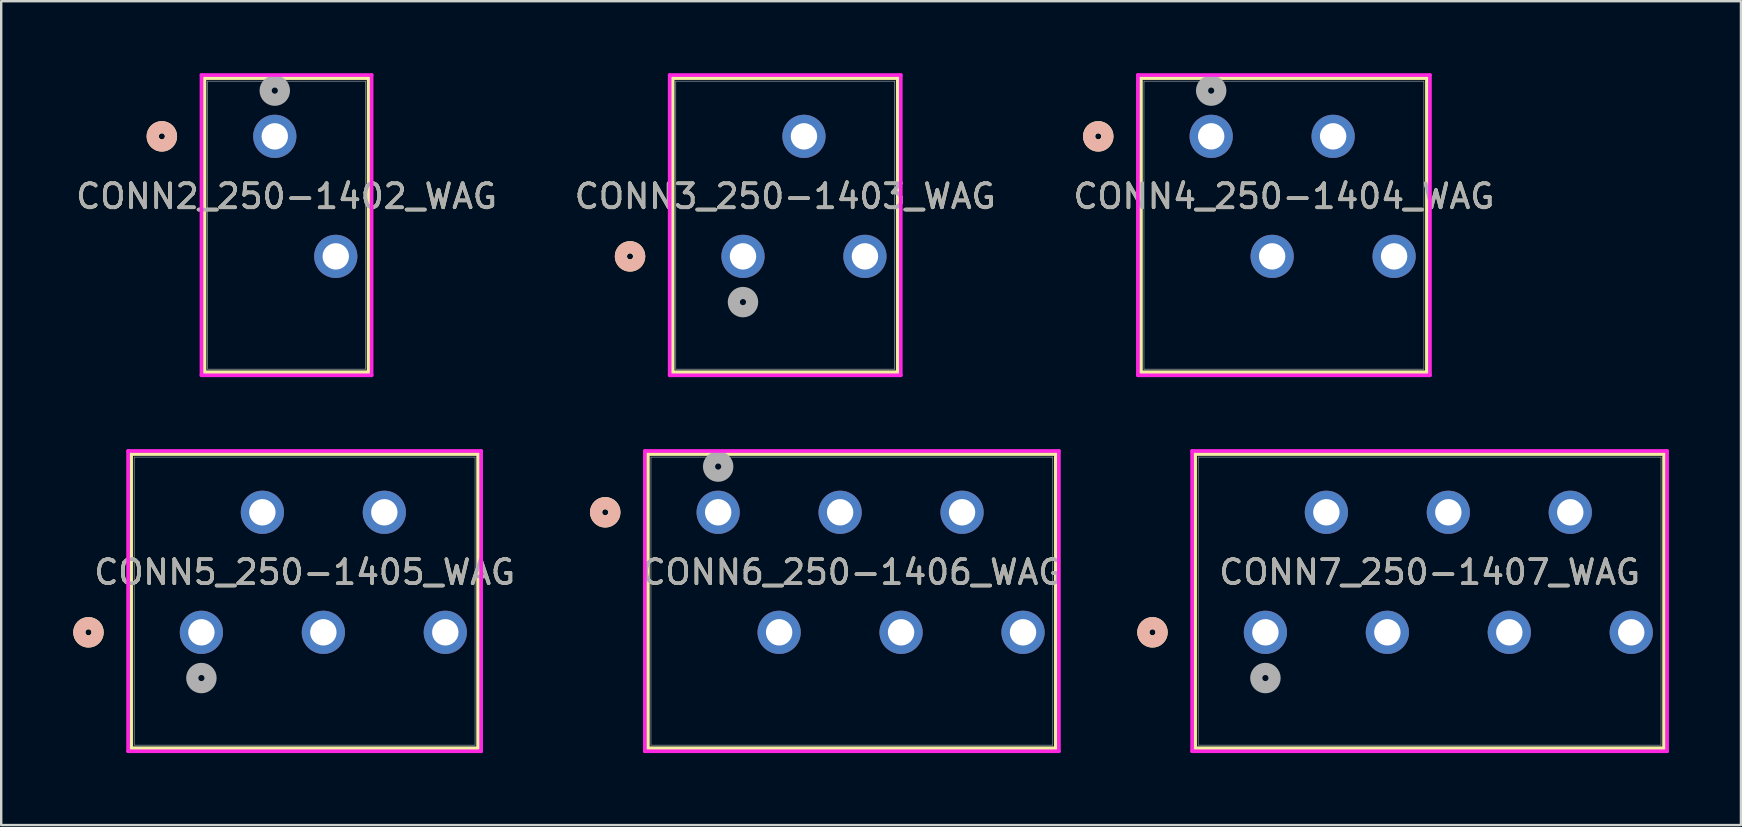
<source format=kicad_pcb>
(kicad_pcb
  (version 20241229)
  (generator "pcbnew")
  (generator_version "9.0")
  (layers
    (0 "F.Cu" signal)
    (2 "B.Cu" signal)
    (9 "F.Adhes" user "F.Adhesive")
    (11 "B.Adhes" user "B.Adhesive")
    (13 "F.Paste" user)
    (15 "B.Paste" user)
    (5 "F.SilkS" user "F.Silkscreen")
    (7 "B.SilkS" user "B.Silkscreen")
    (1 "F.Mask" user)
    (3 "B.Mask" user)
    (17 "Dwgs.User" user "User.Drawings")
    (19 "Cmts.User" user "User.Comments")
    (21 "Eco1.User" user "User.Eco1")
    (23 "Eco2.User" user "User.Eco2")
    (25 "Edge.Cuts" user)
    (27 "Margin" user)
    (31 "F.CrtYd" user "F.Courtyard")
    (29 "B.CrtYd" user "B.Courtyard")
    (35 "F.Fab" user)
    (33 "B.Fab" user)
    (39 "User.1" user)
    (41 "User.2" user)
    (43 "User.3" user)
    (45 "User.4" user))
  (footprint "CONN6_250-1406_WAG"
    (layer "F.Cu")
    (at 26.867 18.291)
    (property "Reference" "CONN6_250-1406_WAG" (at 5.57 2.5 0) (unlocked yes) (layer "F.SilkS") (effects (font (size 1 1) (thickness 0.15))))
    (attr through_hole)
    (fp_line (start -2.927 -2.427) (end -2.927 9.827) (stroke (width 0.152) (type solid)) (layer "F.SilkS"))
    (fp_line (start -2.927 9.827) (end 14.067 9.827) (stroke (width 0.152) (type solid)) (layer "F.SilkS"))
    (fp_line (start 14.067 -2.427) (end -2.927 -2.427) (stroke (width 0.152) (type solid)) (layer "F.SilkS"))
    (fp_line (start 14.067 9.827) (end 14.067 -2.427) (stroke (width 0.152) (type solid)) (layer "F.SilkS"))
    (fp_circle (center -4.705 0) (end -4.324 0) (stroke (width 0.508) (type solid)) (fill no) (layer "F.SilkS"))
    (fp_circle (center -4.705 0) (end -4.324 0) (stroke (width 0.508) (type solid)) (fill no) (layer "B.SilkS"))
    (fp_line (start -3.054 -2.554) (end -3.054 9.954) (stroke (width 0.152) (type solid)) (layer "F.CrtYd"))
    (fp_line (start -3.054 9.954) (end 14.194 9.954) (stroke (width 0.152) (type solid)) (layer "F.CrtYd"))
    (fp_line (start 14.194 -2.554) (end -3.054 -2.554) (stroke (width 0.152) (type solid)) (layer "F.CrtYd"))
    (fp_line (start 14.194 9.954) (end 14.194 -2.554) (stroke (width 0.152) (type solid)) (layer "F.CrtYd"))
    (fp_line (start -2.8 -2.3) (end -2.8 9.7) (stroke (width 0.025) (type solid)) (layer "F.Fab"))
    (fp_line (start -2.8 9.7) (end 13.94 9.7) (stroke (width 0.025) (type solid)) (layer "F.Fab"))
    (fp_line (start 13.94 -2.3) (end -2.8 -2.3) (stroke (width 0.025) (type solid)) (layer "F.Fab"))
    (fp_line (start 13.94 9.7) (end 13.94 -2.3) (stroke (width 0.025) (type solid)) (layer "F.Fab"))
    (fp_circle (center 0 -1.905) (end 0.381 -1.905) (stroke (width 0.508) (type solid)) (fill no) (layer "F.Fab"))
    (fp_text user "${REFERENCE}" (at 5.57 2.5 0) (unlocked yes) (layer "F.Fab") (effects (font (size 1 1) (thickness 0.15))))
    (pad "1" thru_hole circle (at 0 0) (size 1.8 1.8) (drill 1.1) (layers "*.Cu" "*.Mask"))
    (pad "2" thru_hole circle (at 2.54 5) (size 1.8 1.8) (drill 1.1) (layers "*.Cu" "*.Mask"))
    (pad "3" thru_hole circle (at 5.08 0) (size 1.8 1.8) (drill 1.1) (layers "*.Cu" "*.Mask"))
    (pad "4" thru_hole circle (at 7.62 5) (size 1.8 1.8) (drill 1.1) (layers "*.Cu" "*.Mask"))
    (pad "5" thru_hole circle (at 10.16 0) (size 1.8 1.8) (drill 1.1) (layers "*.Cu" "*.Mask"))
    (pad "6" thru_hole circle (at 12.7 5) (size 1.8 1.8) (drill 1.1) (layers "*.Cu" "*.Mask")))
  (footprint "CONN5_250-1405_WAG"
    (layer "F.Cu")
    (at 5.34 23.291)
    (property "Reference" "CONN5_250-1405_WAG" (at 4.3 -2.5 0) (unlocked yes) (layer "F.SilkS") (effects (font (size 1 1) (thickness 0.15))))
    (attr through_hole)
    (fp_line (start -2.927 -7.427) (end -2.927 4.827) (stroke (width 0.152) (type solid)) (layer "F.SilkS"))
    (fp_line (start -2.927 4.827) (end 11.527 4.827) (stroke (width 0.152) (type solid)) (layer "F.SilkS"))
    (fp_line (start 11.527 -7.427) (end -2.927 -7.427) (stroke (width 0.152) (type solid)) (layer "F.SilkS"))
    (fp_line (start 11.527 4.827) (end 11.527 -7.427) (stroke (width 0.152) (type solid)) (layer "F.SilkS"))
    (fp_circle (center -4.705 0) (end -4.324 0) (stroke (width 0.508) (type solid)) (fill no) (layer "F.SilkS"))
    (fp_circle (center -4.705 0) (end -4.324 0) (stroke (width 0.508) (type solid)) (fill no) (layer "B.SilkS"))
    (fp_line (start -3.054 -7.554) (end -3.054 4.954) (stroke (width 0.152) (type solid)) (layer "F.CrtYd"))
    (fp_line (start -3.054 4.954) (end 11.654 4.954) (stroke (width 0.152) (type solid)) (layer "F.CrtYd"))
    (fp_line (start 11.654 -7.554) (end -3.054 -7.554) (stroke (width 0.152) (type solid)) (layer "F.CrtYd"))
    (fp_line (start 11.654 4.954) (end 11.654 -7.554) (stroke (width 0.152) (type solid)) (layer "F.CrtYd"))
    (fp_line (start -2.8 -7.3) (end -2.8 4.7) (stroke (width 0.025) (type solid)) (layer "F.Fab"))
    (fp_line (start -2.8 4.7) (end 11.4 4.7) (stroke (width 0.025) (type solid)) (layer "F.Fab"))
    (fp_line (start 11.4 -7.3) (end -2.8 -7.3) (stroke (width 0.025) (type solid)) (layer "F.Fab"))
    (fp_line (start 11.4 4.7) (end 11.4 -7.3) (stroke (width 0.025) (type solid)) (layer "F.Fab"))
    (fp_circle (center 0 1.905) (end 0.381 1.905) (stroke (width 0.508) (type solid)) (fill no) (layer "F.Fab"))
    (fp_text user "${REFERENCE}" (at 4.3 -2.5 0) (unlocked yes) (layer "F.Fab") (effects (font (size 1 1) (thickness 0.15))))
    (pad "1" thru_hole circle (at 0 0) (size 1.8 1.8) (drill 1.1) (layers "*.Cu" "*.Mask"))
    (pad "2" thru_hole circle (at 2.54 -5) (size 1.8 1.8) (drill 1.1) (layers "*.Cu" "*.Mask"))
    (pad "3" thru_hole circle (at 5.08 0) (size 1.8 1.8) (drill 1.1) (layers "*.Cu" "*.Mask"))
    (pad "4" thru_hole circle (at 7.62 -5) (size 1.8 1.8) (drill 1.1) (layers "*.Cu" "*.Mask"))
    (pad "5" thru_hole circle (at 10.16 0) (size 1.8 1.8) (drill 1.1) (layers "*.Cu" "*.Mask")))
  (footprint "CONN7_250-1407_WAG"
    (layer "F.Cu")
    (at 49.664 23.291)
    (property "Reference" "CONN7_250-1407_WAG" (at 6.84 -2.5 0) (unlocked yes) (layer "F.SilkS") (effects (font (size 1 1) (thickness 0.15))))
    (attr through_hole)
    (fp_line (start -2.927 -7.427) (end -2.927 4.827) (stroke (width 0.152) (type solid)) (layer "F.SilkS"))
    (fp_line (start -2.927 4.827) (end 16.607 4.827) (stroke (width 0.152) (type solid)) (layer "F.SilkS"))
    (fp_line (start 16.607 -7.427) (end -2.927 -7.427) (stroke (width 0.152) (type solid)) (layer "F.SilkS"))
    (fp_line (start 16.607 4.827) (end 16.607 -7.427) (stroke (width 0.152) (type solid)) (layer "F.SilkS"))
    (fp_circle (center -4.705 0) (end -4.324 0) (stroke (width 0.508) (type solid)) (fill no) (layer "F.SilkS"))
    (fp_circle (center -4.705 0) (end -4.324 0) (stroke (width 0.508) (type solid)) (fill no) (layer "B.SilkS"))
    (fp_line (start -3.054 -7.554) (end -3.054 4.954) (stroke (width 0.152) (type solid)) (layer "F.CrtYd"))
    (fp_line (start -3.054 4.954) (end 16.734 4.954) (stroke (width 0.152) (type solid)) (layer "F.CrtYd"))
    (fp_line (start 16.734 -7.554) (end -3.054 -7.554) (stroke (width 0.152) (type solid)) (layer "F.CrtYd"))
    (fp_line (start 16.734 4.954) (end 16.734 -7.554) (stroke (width 0.152) (type solid)) (layer "F.CrtYd"))
    (fp_line (start -2.8 -7.3) (end -2.8 4.7) (stroke (width 0.025) (type solid)) (layer "F.Fab"))
    (fp_line (start -2.8 4.7) (end 16.48 4.7) (stroke (width 0.025) (type solid)) (layer "F.Fab"))
    (fp_line (start 16.48 -7.3) (end -2.8 -7.3) (stroke (width 0.025) (type solid)) (layer "F.Fab"))
    (fp_line (start 16.48 4.7) (end 16.48 -7.3) (stroke (width 0.025) (type solid)) (layer "F.Fab"))
    (fp_circle (center 0 1.905) (end 0.381 1.905) (stroke (width 0.508) (type solid)) (fill no) (layer "F.Fab"))
    (fp_text user "${REFERENCE}" (at 6.84 -2.5 0) (unlocked yes) (layer "F.Fab") (effects (font (size 1 1) (thickness 0.15))))
    (pad "1" thru_hole circle (at 0 0) (size 1.8 1.8) (drill 1.1) (layers "*.Cu" "*.Mask"))
    (pad "2" thru_hole circle (at 2.54 -5) (size 1.8 1.8) (drill 1.1) (layers "*.Cu" "*.Mask"))
    (pad "3" thru_hole circle (at 5.08 0) (size 1.8 1.8) (drill 1.1) (layers "*.Cu" "*.Mask"))
    (pad "4" thru_hole circle (at 7.62 -5) (size 1.8 1.8) (drill 1.1) (layers "*.Cu" "*.Mask"))
    (pad "5" thru_hole circle (at 10.16 0) (size 1.8 1.8) (drill 1.1) (layers "*.Cu" "*.Mask"))
    (pad "6" thru_hole circle (at 12.7 -5) (size 1.8 1.8) (drill 1.1) (layers "*.Cu" "*.Mask"))
    (pad "7" thru_hole circle (at 15.24 0) (size 1.8 1.8) (drill 1.1) (layers "*.Cu" "*.Mask")))
  (footprint "CONN3_250-1403_WAG"
    (layer "F.Cu")
    (at 27.901 7.63)
    (property "Reference" "CONN3_250-1403_WAG" (at 1.76 -2.5 0) (unlocked yes) (layer "F.SilkS") (effects (font (size 1 1) (thickness 0.15))))
    (attr through_hole)
    (fp_line (start -2.927 -7.427) (end -2.927 4.827) (stroke (width 0.152) (type solid)) (layer "F.SilkS"))
    (fp_line (start -2.927 4.827) (end 6.447 4.827) (stroke (width 0.152) (type solid)) (layer "F.SilkS"))
    (fp_line (start 6.447 -7.427) (end -2.927 -7.427) (stroke (width 0.152) (type solid)) (layer "F.SilkS"))
    (fp_line (start 6.447 4.827) (end 6.447 -7.427) (stroke (width 0.152) (type solid)) (layer "F.SilkS"))
    (fp_circle (center -4.705 0) (end -4.324 0) (stroke (width 0.508) (type solid)) (fill no) (layer "F.SilkS"))
    (fp_circle (center -4.705 0) (end -4.324 0) (stroke (width 0.508) (type solid)) (fill no) (layer "B.SilkS"))
    (fp_line (start -3.054 -7.554) (end -3.054 4.954) (stroke (width 0.152) (type solid)) (layer "F.CrtYd"))
    (fp_line (start -3.054 4.954) (end 6.574 4.954) (stroke (width 0.152) (type solid)) (layer "F.CrtYd"))
    (fp_line (start 6.574 -7.554) (end -3.054 -7.554) (stroke (width 0.152) (type solid)) (layer "F.CrtYd"))
    (fp_line (start 6.574 4.954) (end 6.574 -7.554) (stroke (width 0.152) (type solid)) (layer "F.CrtYd"))
    (fp_line (start -2.8 -7.3) (end -2.8 4.7) (stroke (width 0.025) (type solid)) (layer "F.Fab"))
    (fp_line (start -2.8 4.7) (end 6.32 4.7) (stroke (width 0.025) (type solid)) (layer "F.Fab"))
    (fp_line (start 6.32 -7.3) (end -2.8 -7.3) (stroke (width 0.025) (type solid)) (layer "F.Fab"))
    (fp_line (start 6.32 4.7) (end 6.32 -7.3) (stroke (width 0.025) (type solid)) (layer "F.Fab"))
    (fp_circle (center 0 1.905) (end 0.381 1.905) (stroke (width 0.508) (type solid)) (fill no) (layer "F.Fab"))
    (fp_text user "${REFERENCE}" (at 1.76 -2.5 0) (unlocked yes) (layer "F.Fab") (effects (font (size 1 1) (thickness 0.15))))
    (pad "1" thru_hole circle (at 0 0) (size 1.8 1.8) (drill 1.1) (layers "*.Cu" "*.Mask"))
    (pad "2" thru_hole circle (at 2.54 -5) (size 1.8 1.8) (drill 1.1) (layers "*.Cu" "*.Mask"))
    (pad "3" thru_hole circle (at 5.08 0) (size 1.8 1.8) (drill 1.1) (layers "*.Cu" "*.Mask")))
  (footprint "CONN2_250-1402_WAG"
    (layer "F.Cu")
    (at 8.397 2.63)
    (property "Reference" "CONN2_250-1402_WAG" (at 0.49 2.5 0) (unlocked yes) (layer "F.SilkS") (effects (font (size 1 1) (thickness 0.15))))
    (attr through_hole)
    (fp_line (start -2.927 -2.427) (end -2.927 9.827) (stroke (width 0.152) (type solid)) (layer "F.SilkS"))
    (fp_line (start -2.927 9.827) (end 3.907 9.827) (stroke (width 0.152) (type solid)) (layer "F.SilkS"))
    (fp_line (start 3.907 -2.427) (end -2.927 -2.427) (stroke (width 0.152) (type solid)) (layer "F.SilkS"))
    (fp_line (start 3.907 9.827) (end 3.907 -2.427) (stroke (width 0.152) (type solid)) (layer "F.SilkS"))
    (fp_circle (center -4.705 0) (end -4.324 0) (stroke (width 0.508) (type solid)) (fill no) (layer "F.SilkS"))
    (fp_circle (center -4.705 0) (end -4.324 0) (stroke (width 0.508) (type solid)) (fill no) (layer "B.SilkS"))
    (fp_line (start -3.054 -2.554) (end -3.054 9.954) (stroke (width 0.152) (type solid)) (layer "F.CrtYd"))
    (fp_line (start -3.054 9.954) (end 4.034 9.954) (stroke (width 0.152) (type solid)) (layer "F.CrtYd"))
    (fp_line (start 4.034 -2.554) (end -3.054 -2.554) (stroke (width 0.152) (type solid)) (layer "F.CrtYd"))
    (fp_line (start 4.034 9.954) (end 4.034 -2.554) (stroke (width 0.152) (type solid)) (layer "F.CrtYd"))
    (fp_line (start -2.8 -2.3) (end -2.8 9.7) (stroke (width 0.025) (type solid)) (layer "F.Fab"))
    (fp_line (start -2.8 9.7) (end 3.78 9.7) (stroke (width 0.025) (type solid)) (layer "F.Fab"))
    (fp_line (start 3.78 -2.3) (end -2.8 -2.3) (stroke (width 0.025) (type solid)) (layer "F.Fab"))
    (fp_line (start 3.78 9.7) (end 3.78 -2.3) (stroke (width 0.025) (type solid)) (layer "F.Fab"))
    (fp_circle (center 0 -1.905) (end 0.381 -1.905) (stroke (width 0.508) (type solid)) (fill no) (layer "F.Fab"))
    (fp_text user "${REFERENCE}" (at 0.49 2.5 0) (unlocked yes) (layer "F.Fab") (effects (font (size 1 1) (thickness 0.15))))
    (pad "1" thru_hole circle (at 0 0) (size 1.8 1.8) (drill 1.1) (layers "*.Cu" "*.Mask"))
    (pad "2" thru_hole circle (at 2.54 5) (size 1.8 1.8) (drill 1.1) (layers "*.Cu" "*.Mask")))
  (footprint "CONN4_250-1404_WAG"
    (layer "F.Cu")
    (at 47.405 2.63)
    (property "Reference" "CONN4_250-1404_WAG" (at 3.03 2.5 0) (unlocked yes) (layer "F.SilkS") (effects (font (size 1 1) (thickness 0.15))))
    (attr through_hole)
    (fp_line (start -2.927 -2.427) (end -2.927 9.827) (stroke (width 0.152) (type solid)) (layer "F.SilkS"))
    (fp_line (start -2.927 9.827) (end 8.987 9.827) (stroke (width 0.152) (type solid)) (layer "F.SilkS"))
    (fp_line (start 8.987 -2.427) (end -2.927 -2.427) (stroke (width 0.152) (type solid)) (layer "F.SilkS"))
    (fp_line (start 8.987 9.827) (end 8.987 -2.427) (stroke (width 0.152) (type solid)) (layer "F.SilkS"))
    (fp_circle (center -4.705 0) (end -4.324 0) (stroke (width 0.508) (type solid)) (fill no) (layer "F.SilkS"))
    (fp_circle (center -4.705 0) (end -4.324 0) (stroke (width 0.508) (type solid)) (fill no) (layer "B.SilkS"))
    (fp_line (start -3.054 -2.554) (end -3.054 9.954) (stroke (width 0.152) (type solid)) (layer "F.CrtYd"))
    (fp_line (start -3.054 9.954) (end 9.114 9.954) (stroke (width 0.152) (type solid)) (layer "F.CrtYd"))
    (fp_line (start 9.114 -2.554) (end -3.054 -2.554) (stroke (width 0.152) (type solid)) (layer "F.CrtYd"))
    (fp_line (start 9.114 9.954) (end 9.114 -2.554) (stroke (width 0.152) (type solid)) (layer "F.CrtYd"))
    (fp_line (start -2.8 -2.3) (end -2.8 9.7) (stroke (width 0.025) (type solid)) (layer "F.Fab"))
    (fp_line (start -2.8 9.7) (end 8.86 9.7) (stroke (width 0.025) (type solid)) (layer "F.Fab"))
    (fp_line (start 8.86 -2.3) (end -2.8 -2.3) (stroke (width 0.025) (type solid)) (layer "F.Fab"))
    (fp_line (start 8.86 9.7) (end 8.86 -2.3) (stroke (width 0.025) (type solid)) (layer "F.Fab"))
    (fp_circle (center 0 -1.905) (end 0.381 -1.905) (stroke (width 0.508) (type solid)) (fill no) (layer "F.Fab"))
    (fp_text user "${REFERENCE}" (at 3.03 2.5 0) (unlocked yes) (layer "F.Fab") (effects (font (size 1 1) (thickness 0.15))))
    (pad "1" thru_hole circle (at 0 0) (size 1.8 1.8) (drill 1.1) (layers "*.Cu" "*.Mask"))
    (pad "2" thru_hole circle (at 2.54 5) (size 1.8 1.8) (drill 1.1) (layers "*.Cu" "*.Mask"))
    (pad "3" thru_hole circle (at 5.08 0) (size 1.8 1.8) (drill 1.1) (layers "*.Cu" "*.Mask"))
    (pad "4" thru_hole circle (at 7.62 5) (size 1.8 1.8) (drill 1.1) (layers "*.Cu" "*.Mask")))
  (gr_rect
    (start -3 -3)
    (end 69.474 31.321)
    (stroke (width 0.1) (type default))
    (fill no)
    (layer "Edge.Cuts")))
</source>
